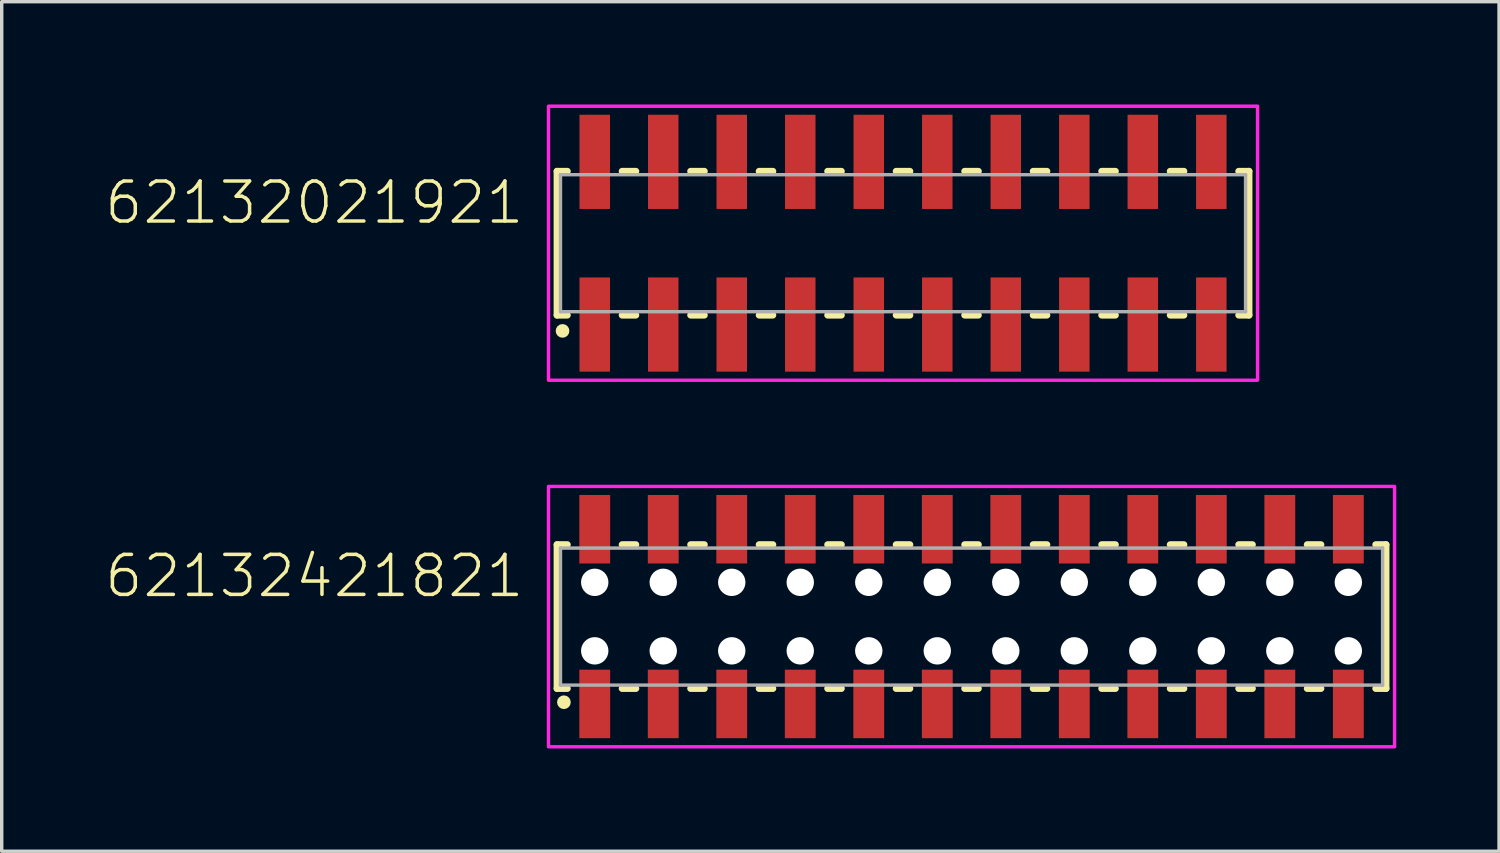
<source format=kicad_pcb>
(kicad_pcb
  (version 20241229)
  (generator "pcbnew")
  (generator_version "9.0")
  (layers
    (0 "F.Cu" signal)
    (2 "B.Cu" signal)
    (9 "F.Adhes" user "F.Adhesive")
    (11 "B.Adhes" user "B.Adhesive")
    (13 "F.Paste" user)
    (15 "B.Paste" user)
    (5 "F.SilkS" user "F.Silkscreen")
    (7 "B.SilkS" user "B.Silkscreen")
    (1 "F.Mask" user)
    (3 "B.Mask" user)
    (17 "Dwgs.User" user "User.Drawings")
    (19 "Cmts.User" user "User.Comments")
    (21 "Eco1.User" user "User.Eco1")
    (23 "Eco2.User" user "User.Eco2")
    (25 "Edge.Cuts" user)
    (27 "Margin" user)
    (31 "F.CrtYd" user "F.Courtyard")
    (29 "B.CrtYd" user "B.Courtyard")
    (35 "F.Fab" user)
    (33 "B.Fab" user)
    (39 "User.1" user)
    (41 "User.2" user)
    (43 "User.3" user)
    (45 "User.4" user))
  (footprint "62132021921"
    (layer "F.Cu")
    (at 23.312 4.05)
    (property "Reference" "62132021921" (at -11 -0.5 0) (unlocked yes) (layer "F.SilkS") (effects (font (size 1.168 1.168) (thickness 0.102)) (justify right bottom)))
    (fp_line (start -10.1 -2.1) (end -10.1 2.1) (stroke (width 0.2) (type solid)) (layer "F.SilkS"))
    (fp_line (start -10.1 2.1) (end -9.8 2.1) (stroke (width 0.2) (type solid)) (layer "F.SilkS"))
    (fp_line (start -9.8 -2.1) (end -10.1 -2.1) (stroke (width 0.2) (type solid)) (layer "F.SilkS"))
    (fp_line (start -8.2 -2.1) (end -7.8 -2.1) (stroke (width 0.2) (type solid)) (layer "F.SilkS"))
    (fp_line (start -7.8 2.1) (end -8.2 2.1) (stroke (width 0.2) (type solid)) (layer "F.SilkS"))
    (fp_line (start -6.2 -2.1) (end -5.8 -2.1) (stroke (width 0.2) (type solid)) (layer "F.SilkS"))
    (fp_line (start -5.8 2.1) (end -6.2 2.1) (stroke (width 0.2) (type solid)) (layer "F.SilkS"))
    (fp_line (start -4.2 -2.1) (end -3.8 -2.1) (stroke (width 0.2) (type solid)) (layer "F.SilkS"))
    (fp_line (start -3.8 2.1) (end -4.2 2.1) (stroke (width 0.2) (type solid)) (layer "F.SilkS"))
    (fp_line (start -2.2 -2.1) (end -1.8 -2.1) (stroke (width 0.2) (type solid)) (layer "F.SilkS"))
    (fp_line (start -1.8 2.1) (end -2.2 2.1) (stroke (width 0.2) (type solid)) (layer "F.SilkS"))
    (fp_line (start -0.2 -2.1) (end 0.2 -2.1) (stroke (width 0.2) (type solid)) (layer "F.SilkS"))
    (fp_line (start 0.2 2.1) (end -0.2 2.1) (stroke (width 0.2) (type solid)) (layer "F.SilkS"))
    (fp_line (start 1.8 -2.1) (end 2.2 -2.1) (stroke (width 0.2) (type solid)) (layer "F.SilkS"))
    (fp_line (start 2.2 2.1) (end 1.8 2.1) (stroke (width 0.2) (type solid)) (layer "F.SilkS"))
    (fp_line (start 3.8 -2.1) (end 4.2 -2.1) (stroke (width 0.2) (type solid)) (layer "F.SilkS"))
    (fp_line (start 4.2 2.1) (end 3.8 2.1) (stroke (width 0.2) (type solid)) (layer "F.SilkS"))
    (fp_line (start 5.8 -2.1) (end 6.2 -2.1) (stroke (width 0.2) (type solid)) (layer "F.SilkS"))
    (fp_line (start 6.2 2.1) (end 5.8 2.1) (stroke (width 0.2) (type solid)) (layer "F.SilkS"))
    (fp_line (start 7.8 -2.1) (end 8.2 -2.1) (stroke (width 0.2) (type solid)) (layer "F.SilkS"))
    (fp_line (start 8.2 2.1) (end 7.8 2.1) (stroke (width 0.2) (type solid)) (layer "F.SilkS"))
    (fp_line (start 9.8 -2.1) (end 10.1 -2.1) (stroke (width 0.2) (type solid)) (layer "F.SilkS"))
    (fp_line (start 10.1 -2.1) (end 10.1 2.1) (stroke (width 0.2) (type solid)) (layer "F.SilkS"))
    (fp_line (start 10.1 2.1) (end 9.8 2.1) (stroke (width 0.2) (type solid)) (layer "F.SilkS"))
    (fp_circle (center -9.94 2.56) (end -9.84 2.56) (stroke (width 0.2) (type solid)) (fill no) (layer "F.SilkS"))
    (fp_poly (pts (xy 10.35 4) (xy -10.35 4) (xy -10.35 -4) (xy 10.35 -4)) (stroke (width 0.1) (type default)) (fill no) (layer "F.CrtYd"))
    (fp_line (start -10 -2) (end 10 -2) (stroke (width 0.1) (type solid)) (layer "F.Fab"))
    (fp_line (start -10 2) (end -10 -2) (stroke (width 0.1) (type solid)) (layer "F.Fab"))
    (fp_line (start 10 -2) (end 10 2) (stroke (width 0.1) (type solid)) (layer "F.Fab"))
    (fp_line (start 10 2) (end -10 2) (stroke (width 0.1) (type solid)) (layer "F.Fab"))
    (pad "1" smd rect (at -9 2.375) (size 0.89 2.75) (layers "F.Cu" "F.Mask" "F.Paste"))
    (pad "2" smd rect (at -9 -2.375) (size 0.89 2.75) (layers "F.Cu" "F.Mask" "F.Paste"))
    (pad "3" smd rect (at -7 2.375) (size 0.89 2.75) (layers "F.Cu" "F.Mask" "F.Paste"))
    (pad "4" smd rect (at -7 -2.375) (size 0.89 2.75) (layers "F.Cu" "F.Mask" "F.Paste"))
    (pad "5" smd rect (at -5 2.375) (size 0.89 2.75) (layers "F.Cu" "F.Mask" "F.Paste"))
    (pad "6" smd rect (at -5 -2.375) (size 0.89 2.75) (layers "F.Cu" "F.Mask" "F.Paste"))
    (pad "7" smd rect (at -3 2.375) (size 0.89 2.75) (layers "F.Cu" "F.Mask" "F.Paste"))
    (pad "8" smd rect (at -3 -2.375) (size 0.89 2.75) (layers "F.Cu" "F.Mask" "F.Paste"))
    (pad "9" smd rect (at -1 2.375) (size 0.89 2.75) (layers "F.Cu" "F.Mask" "F.Paste"))
    (pad "10" smd rect (at -1 -2.375) (size 0.89 2.75) (layers "F.Cu" "F.Mask" "F.Paste"))
    (pad "11" smd rect (at 1 2.375) (size 0.89 2.75) (layers "F.Cu" "F.Mask" "F.Paste"))
    (pad "12" smd rect (at 1 -2.375) (size 0.89 2.75) (layers "F.Cu" "F.Mask" "F.Paste"))
    (pad "13" smd rect (at 3 2.375) (size 0.89 2.75) (layers "F.Cu" "F.Mask" "F.Paste"))
    (pad "14" smd rect (at 3 -2.375) (size 0.89 2.75) (layers "F.Cu" "F.Mask" "F.Paste"))
    (pad "15" smd rect (at 5 2.375) (size 0.89 2.75) (layers "F.Cu" "F.Mask" "F.Paste"))
    (pad "16" smd rect (at 5 -2.375) (size 0.89 2.75) (layers "F.Cu" "F.Mask" "F.Paste"))
    (pad "17" smd rect (at 7 2.375) (size 0.89 2.75) (layers "F.Cu" "F.Mask" "F.Paste"))
    (pad "18" smd rect (at 7 -2.375) (size 0.89 2.75) (layers "F.Cu" "F.Mask" "F.Paste"))
    (pad "19" smd rect (at 9 2.375) (size 0.89 2.75) (layers "F.Cu" "F.Mask" "F.Paste"))
    (pad "20" smd rect (at 9 -2.375) (size 0.89 2.75) (layers "F.Cu" "F.Mask" "F.Paste")))
  (footprint "62132421821"
    (layer "F.Cu")
    (at 25.312 14.95)
    (property "Reference" "62132421821" (at -13 -0.5 0) (unlocked yes) (layer "F.SilkS") (effects (font (size 1.168 1.168) (thickness 0.102)) (justify right bottom)))
    (fp_line (start -12.1 -2.1) (end -12.1 2.1) (stroke (width 0.2) (type solid)) (layer "F.SilkS"))
    (fp_line (start -12.1 2.1) (end -11.8 2.1) (stroke (width 0.2) (type solid)) (layer "F.SilkS"))
    (fp_line (start -11.8 -2.1) (end -12.1 -2.1) (stroke (width 0.2) (type solid)) (layer "F.SilkS"))
    (fp_line (start -10.2 -2.1) (end -9.8 -2.1) (stroke (width 0.2) (type solid)) (layer "F.SilkS"))
    (fp_line (start -10.2 2.1) (end -9.8 2.1) (stroke (width 0.2) (type solid)) (layer "F.SilkS"))
    (fp_line (start -8.2 -2.1) (end -7.8 -2.1) (stroke (width 0.2) (type solid)) (layer "F.SilkS"))
    (fp_line (start -8.2 2.1) (end -7.8 2.1) (stroke (width 0.2) (type solid)) (layer "F.SilkS"))
    (fp_line (start -6.2 -2.1) (end -5.8 -2.1) (stroke (width 0.2) (type solid)) (layer "F.SilkS"))
    (fp_line (start -6.2 2.1) (end -5.8 2.1) (stroke (width 0.2) (type solid)) (layer "F.SilkS"))
    (fp_line (start -4.2 -2.1) (end -3.8 -2.1) (stroke (width 0.2) (type solid)) (layer "F.SilkS"))
    (fp_line (start -4.2 2.1) (end -3.8 2.1) (stroke (width 0.2) (type solid)) (layer "F.SilkS"))
    (fp_line (start -2.2 -2.1) (end -1.8 -2.1) (stroke (width 0.2) (type solid)) (layer "F.SilkS"))
    (fp_line (start -2.2 2.1) (end -1.8 2.1) (stroke (width 0.2) (type solid)) (layer "F.SilkS"))
    (fp_line (start -0.2 -2.1) (end 0.2 -2.1) (stroke (width 0.2) (type solid)) (layer "F.SilkS"))
    (fp_line (start -0.2 2.1) (end 0.2 2.1) (stroke (width 0.2) (type solid)) (layer "F.SilkS"))
    (fp_line (start 1.8 -2.1) (end 2.2 -2.1) (stroke (width 0.2) (type solid)) (layer "F.SilkS"))
    (fp_line (start 1.8 2.1) (end 2.2 2.1) (stroke (width 0.2) (type solid)) (layer "F.SilkS"))
    (fp_line (start 3.8 -2.1) (end 4.2 -2.1) (stroke (width 0.2) (type solid)) (layer "F.SilkS"))
    (fp_line (start 3.8 2.1) (end 4.2 2.1) (stroke (width 0.2) (type solid)) (layer "F.SilkS"))
    (fp_line (start 5.8 -2.1) (end 6.2 -2.1) (stroke (width 0.2) (type solid)) (layer "F.SilkS"))
    (fp_line (start 5.8 2.1) (end 6.2 2.1) (stroke (width 0.2) (type solid)) (layer "F.SilkS"))
    (fp_line (start 7.8 -2.1) (end 8.2 -2.1) (stroke (width 0.2) (type solid)) (layer "F.SilkS"))
    (fp_line (start 7.8 2.1) (end 8.2 2.1) (stroke (width 0.2) (type solid)) (layer "F.SilkS"))
    (fp_line (start 9.8 -2.1) (end 10.2 -2.1) (stroke (width 0.2) (type solid)) (layer "F.SilkS"))
    (fp_line (start 9.8 2.1) (end 10.2 2.1) (stroke (width 0.2) (type solid)) (layer "F.SilkS"))
    (fp_line (start 11.8 -2.1) (end 12.1 -2.1) (stroke (width 0.2) (type solid)) (layer "F.SilkS"))
    (fp_line (start 12.1 -2.1) (end 12.1 2.1) (stroke (width 0.2) (type solid)) (layer "F.SilkS"))
    (fp_line (start 12.1 2.1) (end 11.8 2.1) (stroke (width 0.2) (type solid)) (layer "F.SilkS"))
    (fp_circle (center -11.9 2.5) (end -11.8 2.5) (stroke (width 0.2) (type solid)) (fill no) (layer "F.SilkS"))
    (fp_poly (pts (xy 12.35 3.8) (xy -12.35 3.8) (xy -12.35 -3.8) (xy 12.35 -3.8)) (stroke (width 0.1) (type default)) (fill no) (layer "F.CrtYd"))
    (fp_line (start -12 -2) (end 12 -2) (stroke (width 0.1) (type solid)) (layer "F.Fab"))
    (fp_line (start -12 2) (end -12 -2) (stroke (width 0.1) (type solid)) (layer "F.Fab"))
    (fp_line (start 12 -2) (end 12 2) (stroke (width 0.1) (type solid)) (layer "F.Fab"))
    (fp_line (start 12 2) (end -12 2) (stroke (width 0.1) (type solid)) (layer "F.Fab"))
    (pad "" np_thru_hole circle (at -11 -1) (size 0.8 0.8) (drill 0.8) (layers "*.Cu" "*.Mask"))
    (pad "" np_thru_hole circle (at -11 1) (size 0.8 0.8) (drill 0.8) (layers "*.Cu" "*.Mask"))
    (pad "" np_thru_hole circle (at -9 -1) (size 0.8 0.8) (drill 0.8) (layers "*.Cu" "*.Mask"))
    (pad "" np_thru_hole circle (at -9 1) (size 0.8 0.8) (drill 0.8) (layers "*.Cu" "*.Mask"))
    (pad "" np_thru_hole circle (at -7 -1) (size 0.8 0.8) (drill 0.8) (layers "*.Cu" "*.Mask"))
    (pad "" np_thru_hole circle (at -7 1) (size 0.8 0.8) (drill 0.8) (layers "*.Cu" "*.Mask"))
    (pad "" np_thru_hole circle (at -5 -1) (size 0.8 0.8) (drill 0.8) (layers "*.Cu" "*.Mask"))
    (pad "" np_thru_hole circle (at -5 1) (size 0.8 0.8) (drill 0.8) (layers "*.Cu" "*.Mask"))
    (pad "" np_thru_hole circle (at -3 -1) (size 0.8 0.8) (drill 0.8) (layers "*.Cu" "*.Mask"))
    (pad "" np_thru_hole circle (at -3 1) (size 0.8 0.8) (drill 0.8) (layers "*.Cu" "*.Mask"))
    (pad "" np_thru_hole circle (at -1 -1) (size 0.8 0.8) (drill 0.8) (layers "*.Cu" "*.Mask"))
    (pad "" np_thru_hole circle (at -1 1) (size 0.8 0.8) (drill 0.8) (layers "*.Cu" "*.Mask"))
    (pad "" np_thru_hole circle (at 1 -1) (size 0.8 0.8) (drill 0.8) (layers "*.Cu" "*.Mask"))
    (pad "" np_thru_hole circle (at 1 1) (size 0.8 0.8) (drill 0.8) (layers "*.Cu" "*.Mask"))
    (pad "" np_thru_hole circle (at 3 -1) (size 0.8 0.8) (drill 0.8) (layers "*.Cu" "*.Mask"))
    (pad "" np_thru_hole circle (at 3 1) (size 0.8 0.8) (drill 0.8) (layers "*.Cu" "*.Mask"))
    (pad "" np_thru_hole circle (at 5 -1) (size 0.8 0.8) (drill 0.8) (layers "*.Cu" "*.Mask"))
    (pad "" np_thru_hole circle (at 5 1) (size 0.8 0.8) (drill 0.8) (layers "*.Cu" "*.Mask"))
    (pad "" np_thru_hole circle (at 7 -1) (size 0.8 0.8) (drill 0.8) (layers "*.Cu" "*.Mask"))
    (pad "" np_thru_hole circle (at 7 1) (size 0.8 0.8) (drill 0.8) (layers "*.Cu" "*.Mask"))
    (pad "" np_thru_hole circle (at 9 -1) (size 0.8 0.8) (drill 0.8) (layers "*.Cu" "*.Mask"))
    (pad "" np_thru_hole circle (at 9 1) (size 0.8 0.8) (drill 0.8) (layers "*.Cu" "*.Mask"))
    (pad "" np_thru_hole circle (at 11 -1) (size 0.8 0.8) (drill 0.8) (layers "*.Cu" "*.Mask"))
    (pad "" np_thru_hole circle (at 11 1) (size 0.8 0.8) (drill 0.8) (layers "*.Cu" "*.Mask"))
    (pad "1" smd rect (at -11 2.55) (size 0.9 2) (layers "F.Cu" "F.Mask" "F.Paste"))
    (pad "2" smd rect (at -11 -2.55) (size 0.9 2) (layers "F.Cu" "F.Mask" "F.Paste"))
    (pad "3" smd rect (at -9 2.55) (size 0.9 2) (layers "F.Cu" "F.Mask" "F.Paste"))
    (pad "4" smd rect (at -9 -2.55) (size 0.9 2) (layers "F.Cu" "F.Mask" "F.Paste"))
    (pad "5" smd rect (at -7 2.55) (size 0.9 2) (layers "F.Cu" "F.Mask" "F.Paste"))
    (pad "6" smd rect (at -7 -2.55) (size 0.9 2) (layers "F.Cu" "F.Mask" "F.Paste"))
    (pad "7" smd rect (at -5 2.55) (size 0.9 2) (layers "F.Cu" "F.Mask" "F.Paste"))
    (pad "8" smd rect (at -5 -2.55) (size 0.9 2) (layers "F.Cu" "F.Mask" "F.Paste"))
    (pad "9" smd rect (at -3 2.55) (size 0.9 2) (layers "F.Cu" "F.Mask" "F.Paste"))
    (pad "10" smd rect (at -3 -2.55) (size 0.9 2) (layers "F.Cu" "F.Mask" "F.Paste"))
    (pad "11" smd rect (at -1 2.55) (size 0.9 2) (layers "F.Cu" "F.Mask" "F.Paste"))
    (pad "12" smd rect (at -1 -2.55) (size 0.9 2) (layers "F.Cu" "F.Mask" "F.Paste"))
    (pad "13" smd rect (at 1 2.55) (size 0.9 2) (layers "F.Cu" "F.Mask" "F.Paste"))
    (pad "14" smd rect (at 1 -2.55) (size 0.9 2) (layers "F.Cu" "F.Mask" "F.Paste"))
    (pad "15" smd rect (at 3 2.55) (size 0.9 2) (layers "F.Cu" "F.Mask" "F.Paste"))
    (pad "16" smd rect (at 3 -2.55) (size 0.9 2) (layers "F.Cu" "F.Mask" "F.Paste"))
    (pad "17" smd rect (at 5 2.55) (size 0.9 2) (layers "F.Cu" "F.Mask" "F.Paste"))
    (pad "18" smd rect (at 5 -2.55) (size 0.9 2) (layers "F.Cu" "F.Mask" "F.Paste"))
    (pad "19" smd rect (at 7 2.55) (size 0.9 2) (layers "F.Cu" "F.Mask" "F.Paste"))
    (pad "20" smd rect (at 7 -2.55) (size 0.9 2) (layers "F.Cu" "F.Mask" "F.Paste"))
    (pad "21" smd rect (at 9 2.55) (size 0.9 2) (layers "F.Cu" "F.Mask" "F.Paste"))
    (pad "22" smd rect (at 9 -2.55) (size 0.9 2) (layers "F.Cu" "F.Mask" "F.Paste"))
    (pad "23" smd rect (at 11 2.55) (size 0.9 2) (layers "F.Cu" "F.Mask" "F.Paste"))
    (pad "24" smd rect (at 11 -2.55) (size 0.9 2) (layers "F.Cu" "F.Mask" "F.Paste")))
  (gr_rect
    (start -3 -3)
    (end 40.712 21.8)
    (stroke (width 0.1) (type default))
    (fill no)
    (layer "Edge.Cuts")))
</source>
